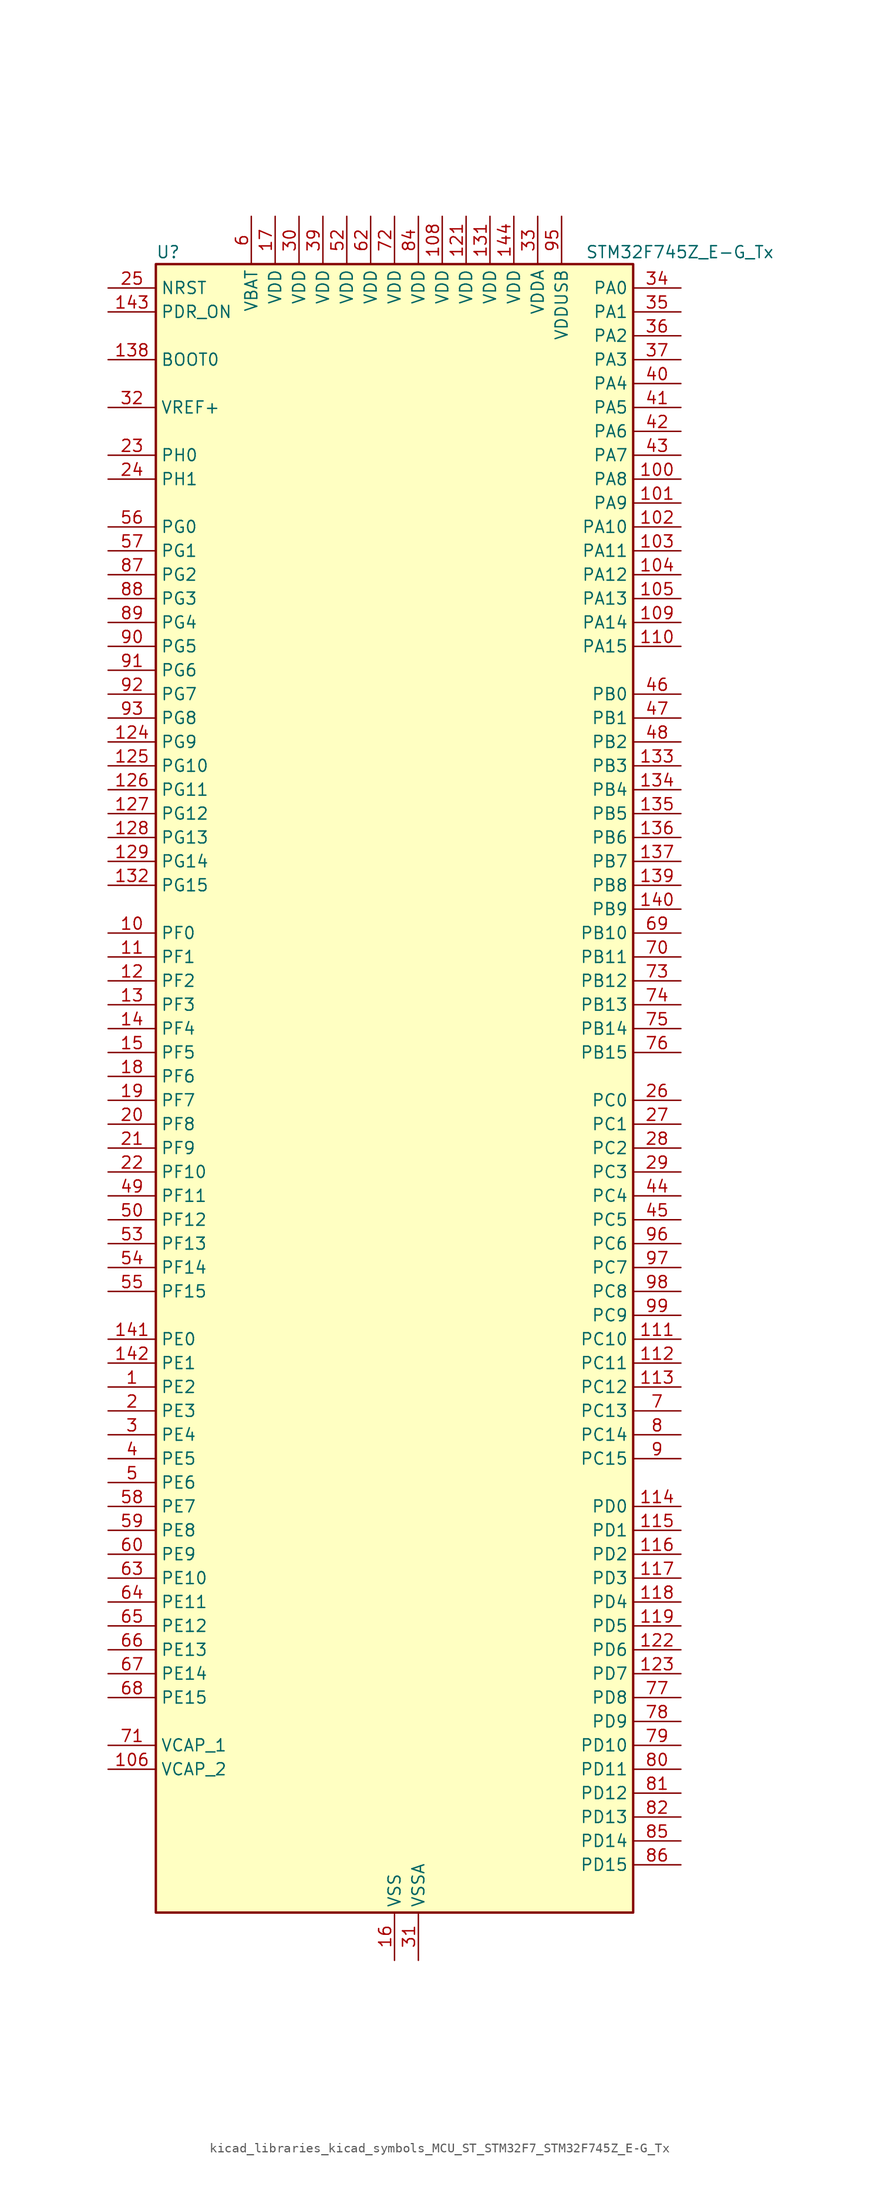
<source format=kicad_sym>
(kicad_symbol_lib
  (version 20220914)
  (generator kicad_symbol_editor)
  (symbol "kicad_libraries_kicad_symbols_MCU_ST_STM32F7_STM32F745Z_E-G_Tx"
    (property "Reference" "U"
      (at -25.4 90.17 0)
      (effects (font (size 1.27 1.27)) (justify left)))
    (property "Value" "STM32F745Z_E-G_Tx"
      (at 20.32 90.17 0)
      (effects (font (size 1.27 1.27)) (justify left)))
    (property "ki_locked" ""
      (at 0 0 0)
      (effects (font (size 1.27 1.27))))
    (symbol "kicad_libraries_kicad_symbols_MCU_ST_STM32F7_STM32F745Z_E-G_Tx_0_1"
      (rectangle (start -25.4 -86.36) (end 25.4 88.9) (stroke (width 0.254) (type default)) (fill (type background))))
    (symbol "kicad_libraries_kicad_symbols_MCU_ST_STM32F7_STM32F745Z_E-G_Tx_1_1"
      (pin bidirectional line (at -30.48 -30.48 0) (length 5.08) (name "PE2" (effects (font (size 1.27 1.27)))) (number "1" (effects (font (size 1.27 1.27)))) (alternate "ETH_TXD3" bidirectional line) (alternate "FMC_A23" bidirectional line) (alternate "QUADSPI_BK1_IO2" bidirectional line) (alternate "SAI1_MCLK_A" bidirectional line) (alternate "SPI4_SCK" bidirectional line) (alternate "SYS_TRACECLK" bidirectional line))
      (pin bidirectional line (at -30.48 17.78 0) (length 5.08) (name "PF0" (effects (font (size 1.27 1.27)))) (number "10" (effects (font (size 1.27 1.27)))) (alternate "FMC_A0" bidirectional line) (alternate "I2C2_SDA" bidirectional line))
      (pin bidirectional line (at 30.48 66.04 180) (length 5.08) (name "PA8" (effects (font (size 1.27 1.27)))) (number "100" (effects (font (size 1.27 1.27)))) (alternate "I2C3_SCL" bidirectional line) (alternate "RCC_MCO_1" bidirectional line) (alternate "TIM1_CH1" bidirectional line) (alternate "TIM8_BKIN2" bidirectional line) (alternate "USART1_CK" bidirectional line) (alternate "USB_OTG_FS_SOF" bidirectional line))
      (pin bidirectional line (at 30.48 63.5 180) (length 5.08) (name "PA9" (effects (font (size 1.27 1.27)))) (number "101" (effects (font (size 1.27 1.27)))) (alternate "DAC_EXTI9" bidirectional line) (alternate "DCMI_D0" bidirectional line) (alternate "I2C3_SMBA" bidirectional line) (alternate "I2S2_CK" bidirectional line) (alternate "SPI2_SCK" bidirectional line) (alternate "TIM1_CH2" bidirectional line) (alternate "USART1_TX" bidirectional line) (alternate "USB_OTG_FS_VBUS" bidirectional line))
      (pin bidirectional line (at 30.48 60.96 180) (length 5.08) (name "PA10" (effects (font (size 1.27 1.27)))) (number "102" (effects (font (size 1.27 1.27)))) (alternate "DCMI_D1" bidirectional line) (alternate "TIM1_CH3" bidirectional line) (alternate "USART1_RX" bidirectional line) (alternate "USB_OTG_FS_ID" bidirectional line))
      (pin bidirectional line (at 30.48 58.42 180) (length 5.08) (name "PA11" (effects (font (size 1.27 1.27)))) (number "103" (effects (font (size 1.27 1.27)))) (alternate "ADC1_EXTI11" bidirectional line) (alternate "ADC2_EXTI11" bidirectional line) (alternate "ADC3_EXTI11" bidirectional line) (alternate "CAN1_RX" bidirectional line) (alternate "TIM1_CH4" bidirectional line) (alternate "USART1_CTS" bidirectional line) (alternate "USB_OTG_FS_DM" bidirectional line))
      (pin bidirectional line (at 30.48 55.88 180) (length 5.08) (name "PA12" (effects (font (size 1.27 1.27)))) (number "104" (effects (font (size 1.27 1.27)))) (alternate "CAN1_TX" bidirectional line) (alternate "SAI2_FS_B" bidirectional line) (alternate "TIM1_ETR" bidirectional line) (alternate "USART1_DE" bidirectional line) (alternate "USART1_RTS" bidirectional line) (alternate "USB_OTG_FS_DP" bidirectional line))
      (pin bidirectional line (at 30.48 53.34 180) (length 5.08) (name "PA13" (effects (font (size 1.27 1.27)))) (number "105" (effects (font (size 1.27 1.27)))) (alternate "SYS_JTMS-SWDIO" bidirectional line))
      (pin power_out line (at -30.48 -71.12 0) (length 5.08) (name "VCAP_2" (effects (font (size 1.27 1.27)))) (number "106" (effects (font (size 1.27 1.27)))))
      (pin passive line (at 0 -91.44 90) (length 5.08) hide (name "VSS" (effects (font (size 1.27 1.27)))) (number "107" (effects (font (size 1.27 1.27)))))
      (pin power_in line (at 5.08 93.98 270) (length 5.08) (name "VDD" (effects (font (size 1.27 1.27)))) (number "108" (effects (font (size 1.27 1.27)))))
      (pin bidirectional line (at 30.48 50.8 180) (length 5.08) (name "PA14" (effects (font (size 1.27 1.27)))) (number "109" (effects (font (size 1.27 1.27)))) (alternate "SYS_JTCK-SWCLK" bidirectional line))
      (pin bidirectional line (at -30.48 15.24 0) (length 5.08) (name "PF1" (effects (font (size 1.27 1.27)))) (number "11" (effects (font (size 1.27 1.27)))) (alternate "FMC_A1" bidirectional line) (alternate "I2C2_SCL" bidirectional line))
      (pin bidirectional line (at 30.48 48.26 180) (length 5.08) (name "PA15" (effects (font (size 1.27 1.27)))) (number "110" (effects (font (size 1.27 1.27)))) (alternate "CEC" bidirectional line) (alternate "I2S1_WS" bidirectional line) (alternate "I2S3_WS" bidirectional line) (alternate "SPI1_NSS" bidirectional line) (alternate "SPI3_NSS" bidirectional line) (alternate "SYS_JTDI" bidirectional line) (alternate "TIM2_CH1" bidirectional line) (alternate "TIM2_ETR" bidirectional line) (alternate "UART4_DE" bidirectional line) (alternate "UART4_RTS" bidirectional line))
      (pin bidirectional line (at 30.48 -25.4 180) (length 5.08) (name "PC10" (effects (font (size 1.27 1.27)))) (number "111" (effects (font (size 1.27 1.27)))) (alternate "DCMI_D8" bidirectional line) (alternate "I2S3_CK" bidirectional line) (alternate "QUADSPI_BK1_IO1" bidirectional line) (alternate "SDMMC1_D2" bidirectional line) (alternate "SPI3_SCK" bidirectional line) (alternate "UART4_TX" bidirectional line) (alternate "USART3_TX" bidirectional line))
      (pin bidirectional line (at 30.48 -27.94 180) (length 5.08) (name "PC11" (effects (font (size 1.27 1.27)))) (number "112" (effects (font (size 1.27 1.27)))) (alternate "ADC1_EXTI11" bidirectional line) (alternate "ADC2_EXTI11" bidirectional line) (alternate "ADC3_EXTI11" bidirectional line) (alternate "DCMI_D4" bidirectional line) (alternate "QUADSPI_BK2_NCS" bidirectional line) (alternate "SDMMC1_D3" bidirectional line) (alternate "SPI3_MISO" bidirectional line) (alternate "UART4_RX" bidirectional line) (alternate "USART3_RX" bidirectional line))
      (pin bidirectional line (at 30.48 -30.48 180) (length 5.08) (name "PC12" (effects (font (size 1.27 1.27)))) (number "113" (effects (font (size 1.27 1.27)))) (alternate "DCMI_D9" bidirectional line) (alternate "I2S3_SD" bidirectional line) (alternate "SDMMC1_CK" bidirectional line) (alternate "SPI3_MOSI" bidirectional line) (alternate "SYS_TRACED3" bidirectional line) (alternate "UART5_TX" bidirectional line) (alternate "USART3_CK" bidirectional line))
      (pin bidirectional line (at 30.48 -43.18 180) (length 5.08) (name "PD0" (effects (font (size 1.27 1.27)))) (number "114" (effects (font (size 1.27 1.27)))) (alternate "CAN1_RX" bidirectional line) (alternate "FMC_D2" bidirectional line) (alternate "FMC_DA2" bidirectional line))
      (pin bidirectional line (at 30.48 -45.72 180) (length 5.08) (name "PD1" (effects (font (size 1.27 1.27)))) (number "115" (effects (font (size 1.27 1.27)))) (alternate "CAN1_TX" bidirectional line) (alternate "FMC_D3" bidirectional line) (alternate "FMC_DA3" bidirectional line))
      (pin bidirectional line (at 30.48 -48.26 180) (length 5.08) (name "PD2" (effects (font (size 1.27 1.27)))) (number "116" (effects (font (size 1.27 1.27)))) (alternate "DCMI_D11" bidirectional line) (alternate "SDMMC1_CMD" bidirectional line) (alternate "SYS_TRACED2" bidirectional line) (alternate "TIM3_ETR" bidirectional line) (alternate "UART5_RX" bidirectional line))
      (pin bidirectional line (at 30.48 -50.8 180) (length 5.08) (name "PD3" (effects (font (size 1.27 1.27)))) (number "117" (effects (font (size 1.27 1.27)))) (alternate "DCMI_D5" bidirectional line) (alternate "FMC_CLK" bidirectional line) (alternate "I2S2_CK" bidirectional line) (alternate "SPI2_SCK" bidirectional line) (alternate "USART2_CTS" bidirectional line))
      (pin bidirectional line (at 30.48 -53.34 180) (length 5.08) (name "PD4" (effects (font (size 1.27 1.27)))) (number "118" (effects (font (size 1.27 1.27)))) (alternate "FMC_NOE" bidirectional line) (alternate "USART2_DE" bidirectional line) (alternate "USART2_RTS" bidirectional line))
      (pin bidirectional line (at 30.48 -55.88 180) (length 5.08) (name "PD5" (effects (font (size 1.27 1.27)))) (number "119" (effects (font (size 1.27 1.27)))) (alternate "FMC_NWE" bidirectional line) (alternate "USART2_TX" bidirectional line))
      (pin bidirectional line (at -30.48 12.7 0) (length 5.08) (name "PF2" (effects (font (size 1.27 1.27)))) (number "12" (effects (font (size 1.27 1.27)))) (alternate "FMC_A2" bidirectional line) (alternate "I2C2_SMBA" bidirectional line))
      (pin passive line (at 0 -91.44 90) (length 5.08) hide (name "VSS" (effects (font (size 1.27 1.27)))) (number "120" (effects (font (size 1.27 1.27)))))
      (pin power_in line (at 7.62 93.98 270) (length 5.08) (name "VDD" (effects (font (size 1.27 1.27)))) (number "121" (effects (font (size 1.27 1.27)))))
      (pin bidirectional line (at 30.48 -58.42 180) (length 5.08) (name "PD6" (effects (font (size 1.27 1.27)))) (number "122" (effects (font (size 1.27 1.27)))) (alternate "DCMI_D10" bidirectional line) (alternate "FMC_NWAIT" bidirectional line) (alternate "I2S3_SD" bidirectional line) (alternate "SAI1_SD_A" bidirectional line) (alternate "SPI3_MOSI" bidirectional line) (alternate "USART2_RX" bidirectional line))
      (pin bidirectional line (at 30.48 -60.96 180) (length 5.08) (name "PD7" (effects (font (size 1.27 1.27)))) (number "123" (effects (font (size 1.27 1.27)))) (alternate "FMC_NE1" bidirectional line) (alternate "SPDIFRX_IN0" bidirectional line) (alternate "USART2_CK" bidirectional line))
      (pin bidirectional line (at -30.48 38.1 0) (length 5.08) (name "PG9" (effects (font (size 1.27 1.27)))) (number "124" (effects (font (size 1.27 1.27)))) (alternate "DAC_EXTI9" bidirectional line) (alternate "DCMI_VSYNC" bidirectional line) (alternate "FMC_NCE" bidirectional line) (alternate "FMC_NE2" bidirectional line) (alternate "QUADSPI_BK2_IO2" bidirectional line) (alternate "SAI2_FS_B" bidirectional line) (alternate "SPDIFRX_IN3" bidirectional line) (alternate "USART6_RX" bidirectional line))
      (pin bidirectional line (at -30.48 35.56 0) (length 5.08) (name "PG10" (effects (font (size 1.27 1.27)))) (number "125" (effects (font (size 1.27 1.27)))) (alternate "DCMI_D2" bidirectional line) (alternate "FMC_NE3" bidirectional line) (alternate "SAI2_SD_B" bidirectional line))
      (pin bidirectional line (at -30.48 33.02 0) (length 5.08) (name "PG11" (effects (font (size 1.27 1.27)))) (number "126" (effects (font (size 1.27 1.27)))) (alternate "ADC1_EXTI11" bidirectional line) (alternate "ADC2_EXTI11" bidirectional line) (alternate "ADC3_EXTI11" bidirectional line) (alternate "DCMI_D3" bidirectional line) (alternate "ETH_TX_EN" bidirectional line) (alternate "SPDIFRX_IN0" bidirectional line))
      (pin bidirectional line (at -30.48 30.48 0) (length 5.08) (name "PG12" (effects (font (size 1.27 1.27)))) (number "127" (effects (font (size 1.27 1.27)))) (alternate "FMC_NE4" bidirectional line) (alternate "LPTIM1_IN1" bidirectional line) (alternate "SPDIFRX_IN1" bidirectional line) (alternate "SPI6_MISO" bidirectional line) (alternate "USART6_DE" bidirectional line) (alternate "USART6_RTS" bidirectional line))
      (pin bidirectional line (at -30.48 27.94 0) (length 5.08) (name "PG13" (effects (font (size 1.27 1.27)))) (number "128" (effects (font (size 1.27 1.27)))) (alternate "ETH_TXD0" bidirectional line) (alternate "FMC_A24" bidirectional line) (alternate "LPTIM1_OUT" bidirectional line) (alternate "SPI6_SCK" bidirectional line) (alternate "SYS_TRACED0" bidirectional line) (alternate "USART6_CTS" bidirectional line))
      (pin bidirectional line (at -30.48 25.4 0) (length 5.08) (name "PG14" (effects (font (size 1.27 1.27)))) (number "129" (effects (font (size 1.27 1.27)))) (alternate "ETH_TXD1" bidirectional line) (alternate "FMC_A25" bidirectional line) (alternate "LPTIM1_ETR" bidirectional line) (alternate "QUADSPI_BK2_IO3" bidirectional line) (alternate "SPI6_MOSI" bidirectional line) (alternate "SYS_TRACED1" bidirectional line) (alternate "USART6_TX" bidirectional line))
      (pin bidirectional line (at -30.48 10.16 0) (length 5.08) (name "PF3" (effects (font (size 1.27 1.27)))) (number "13" (effects (font (size 1.27 1.27)))) (alternate "ADC3_IN9" bidirectional line) (alternate "FMC_A3" bidirectional line))
      (pin passive line (at 0 -91.44 90) (length 5.08) hide (name "VSS" (effects (font (size 1.27 1.27)))) (number "130" (effects (font (size 1.27 1.27)))))
      (pin power_in line (at 10.16 93.98 270) (length 5.08) (name "VDD" (effects (font (size 1.27 1.27)))) (number "131" (effects (font (size 1.27 1.27)))))
      (pin bidirectional line (at -30.48 22.86 0) (length 5.08) (name "PG15" (effects (font (size 1.27 1.27)))) (number "132" (effects (font (size 1.27 1.27)))) (alternate "DCMI_D13" bidirectional line) (alternate "FMC_SDNCAS" bidirectional line) (alternate "USART6_CTS" bidirectional line))
      (pin bidirectional line (at 30.48 35.56 180) (length 5.08) (name "PB3" (effects (font (size 1.27 1.27)))) (number "133" (effects (font (size 1.27 1.27)))) (alternate "I2S1_CK" bidirectional line) (alternate "I2S3_CK" bidirectional line) (alternate "SPI1_SCK" bidirectional line) (alternate "SPI3_SCK" bidirectional line) (alternate "SYS_JTDO-SWO" bidirectional line) (alternate "TIM2_CH2" bidirectional line))
      (pin bidirectional line (at 30.48 33.02 180) (length 5.08) (name "PB4" (effects (font (size 1.27 1.27)))) (number "134" (effects (font (size 1.27 1.27)))) (alternate "I2S2_WS" bidirectional line) (alternate "SPI1_MISO" bidirectional line) (alternate "SPI2_NSS" bidirectional line) (alternate "SPI3_MISO" bidirectional line) (alternate "SYS_JTRST" bidirectional line) (alternate "TIM3_CH1" bidirectional line))
      (pin bidirectional line (at 30.48 30.48 180) (length 5.08) (name "PB5" (effects (font (size 1.27 1.27)))) (number "135" (effects (font (size 1.27 1.27)))) (alternate "CAN2_RX" bidirectional line) (alternate "DCMI_D10" bidirectional line) (alternate "ETH_PPS_OUT" bidirectional line) (alternate "FMC_SDCKE1" bidirectional line) (alternate "I2C1_SMBA" bidirectional line) (alternate "I2S1_SD" bidirectional line) (alternate "I2S3_SD" bidirectional line) (alternate "SPI1_MOSI" bidirectional line) (alternate "SPI3_MOSI" bidirectional line) (alternate "TIM3_CH2" bidirectional line) (alternate "USB_OTG_HS_ULPI_D7" bidirectional line))
      (pin bidirectional line (at 30.48 27.94 180) (length 5.08) (name "PB6" (effects (font (size 1.27 1.27)))) (number "136" (effects (font (size 1.27 1.27)))) (alternate "CAN2_TX" bidirectional line) (alternate "CEC" bidirectional line) (alternate "DCMI_D5" bidirectional line) (alternate "FMC_SDNE1" bidirectional line) (alternate "I2C1_SCL" bidirectional line) (alternate "QUADSPI_BK1_NCS" bidirectional line) (alternate "TIM4_CH1" bidirectional line) (alternate "USART1_TX" bidirectional line))
      (pin bidirectional line (at 30.48 25.4 180) (length 5.08) (name "PB7" (effects (font (size 1.27 1.27)))) (number "137" (effects (font (size 1.27 1.27)))) (alternate "DCMI_VSYNC" bidirectional line) (alternate "FMC_NL" bidirectional line) (alternate "I2C1_SDA" bidirectional line) (alternate "TIM4_CH2" bidirectional line) (alternate "USART1_RX" bidirectional line))
      (pin input line (at -30.48 78.74 0) (length 5.08) (name "BOOT0" (effects (font (size 1.27 1.27)))) (number "138" (effects (font (size 1.27 1.27)))))
      (pin bidirectional line (at 30.48 22.86 180) (length 5.08) (name "PB8" (effects (font (size 1.27 1.27)))) (number "139" (effects (font (size 1.27 1.27)))) (alternate "CAN1_RX" bidirectional line) (alternate "DCMI_D6" bidirectional line) (alternate "ETH_TXD3" bidirectional line) (alternate "I2C1_SCL" bidirectional line) (alternate "SDMMC1_D4" bidirectional line) (alternate "TIM10_CH1" bidirectional line) (alternate "TIM4_CH3" bidirectional line))
      (pin bidirectional line (at -30.48 7.62 0) (length 5.08) (name "PF4" (effects (font (size 1.27 1.27)))) (number "14" (effects (font (size 1.27 1.27)))) (alternate "ADC3_IN14" bidirectional line) (alternate "FMC_A4" bidirectional line))
      (pin bidirectional line (at 30.48 20.32 180) (length 5.08) (name "PB9" (effects (font (size 1.27 1.27)))) (number "140" (effects (font (size 1.27 1.27)))) (alternate "CAN1_TX" bidirectional line) (alternate "DAC_EXTI9" bidirectional line) (alternate "DCMI_D7" bidirectional line) (alternate "I2C1_SDA" bidirectional line) (alternate "I2S2_WS" bidirectional line) (alternate "SDMMC1_D5" bidirectional line) (alternate "SPI2_NSS" bidirectional line) (alternate "TIM11_CH1" bidirectional line) (alternate "TIM4_CH4" bidirectional line))
      (pin bidirectional line (at -30.48 -25.4 0) (length 5.08) (name "PE0" (effects (font (size 1.27 1.27)))) (number "141" (effects (font (size 1.27 1.27)))) (alternate "DCMI_D2" bidirectional line) (alternate "FMC_NBL0" bidirectional line) (alternate "LPTIM1_ETR" bidirectional line) (alternate "SAI2_MCLK_A" bidirectional line) (alternate "TIM4_ETR" bidirectional line) (alternate "UART8_RX" bidirectional line))
      (pin bidirectional line (at -30.48 -27.94 0) (length 5.08) (name "PE1" (effects (font (size 1.27 1.27)))) (number "142" (effects (font (size 1.27 1.27)))) (alternate "DCMI_D3" bidirectional line) (alternate "FMC_NBL1" bidirectional line) (alternate "LPTIM1_IN2" bidirectional line) (alternate "UART8_TX" bidirectional line))
      (pin input line (at -30.48 83.82 0) (length 5.08) (name "PDR_ON" (effects (font (size 1.27 1.27)))) (number "143" (effects (font (size 1.27 1.27)))))
      (pin power_in line (at 12.7 93.98 270) (length 5.08) (name "VDD" (effects (font (size 1.27 1.27)))) (number "144" (effects (font (size 1.27 1.27)))))
      (pin bidirectional line (at -30.48 5.08 0) (length 5.08) (name "PF5" (effects (font (size 1.27 1.27)))) (number "15" (effects (font (size 1.27 1.27)))) (alternate "ADC3_IN15" bidirectional line) (alternate "FMC_A5" bidirectional line))
      (pin power_in line (at 0 -91.44 90) (length 5.08) (name "VSS" (effects (font (size 1.27 1.27)))) (number "16" (effects (font (size 1.27 1.27)))))
      (pin power_in line (at -12.7 93.98 270) (length 5.08) (name "VDD" (effects (font (size 1.27 1.27)))) (number "17" (effects (font (size 1.27 1.27)))))
      (pin bidirectional line (at -30.48 2.54 0) (length 5.08) (name "PF6" (effects (font (size 1.27 1.27)))) (number "18" (effects (font (size 1.27 1.27)))) (alternate "ADC3_IN4" bidirectional line) (alternate "QUADSPI_BK1_IO3" bidirectional line) (alternate "SAI1_SD_B" bidirectional line) (alternate "SPI5_NSS" bidirectional line) (alternate "TIM10_CH1" bidirectional line) (alternate "UART7_RX" bidirectional line))
      (pin bidirectional line (at -30.48 0 0) (length 5.08) (name "PF7" (effects (font (size 1.27 1.27)))) (number "19" (effects (font (size 1.27 1.27)))) (alternate "ADC3_IN5" bidirectional line) (alternate "QUADSPI_BK1_IO2" bidirectional line) (alternate "SAI1_MCLK_B" bidirectional line) (alternate "SPI5_SCK" bidirectional line) (alternate "TIM11_CH1" bidirectional line) (alternate "UART7_TX" bidirectional line))
      (pin bidirectional line (at -30.48 -33.02 0) (length 5.08) (name "PE3" (effects (font (size 1.27 1.27)))) (number "2" (effects (font (size 1.27 1.27)))) (alternate "FMC_A19" bidirectional line) (alternate "SAI1_SD_B" bidirectional line) (alternate "SYS_TRACED0" bidirectional line))
      (pin bidirectional line (at -30.48 -2.54 0) (length 5.08) (name "PF8" (effects (font (size 1.27 1.27)))) (number "20" (effects (font (size 1.27 1.27)))) (alternate "ADC3_IN6" bidirectional line) (alternate "QUADSPI_BK1_IO0" bidirectional line) (alternate "SAI1_SCK_B" bidirectional line) (alternate "SPI5_MISO" bidirectional line) (alternate "TIM13_CH1" bidirectional line) (alternate "UART7_DE" bidirectional line) (alternate "UART7_RTS" bidirectional line))
      (pin bidirectional line (at -30.48 -5.08 0) (length 5.08) (name "PF9" (effects (font (size 1.27 1.27)))) (number "21" (effects (font (size 1.27 1.27)))) (alternate "ADC3_IN7" bidirectional line) (alternate "DAC_EXTI9" bidirectional line) (alternate "QUADSPI_BK1_IO1" bidirectional line) (alternate "SAI1_FS_B" bidirectional line) (alternate "SPI5_MOSI" bidirectional line) (alternate "TIM14_CH1" bidirectional line) (alternate "UART7_CTS" bidirectional line))
      (pin bidirectional line (at -30.48 -7.62 0) (length 5.08) (name "PF10" (effects (font (size 1.27 1.27)))) (number "22" (effects (font (size 1.27 1.27)))) (alternate "ADC3_IN8" bidirectional line) (alternate "DCMI_D11" bidirectional line))
      (pin bidirectional line (at -30.48 68.58 0) (length 5.08) (name "PH0" (effects (font (size 1.27 1.27)))) (number "23" (effects (font (size 1.27 1.27)))) (alternate "RCC_OSC_IN" bidirectional line))
      (pin bidirectional line (at -30.48 66.04 0) (length 5.08) (name "PH1" (effects (font (size 1.27 1.27)))) (number "24" (effects (font (size 1.27 1.27)))) (alternate "RCC_OSC_OUT" bidirectional line))
      (pin input line (at -30.48 86.36 0) (length 5.08) (name "NRST" (effects (font (size 1.27 1.27)))) (number "25" (effects (font (size 1.27 1.27)))))
      (pin bidirectional line (at 30.48 0 180) (length 5.08) (name "PC0" (effects (font (size 1.27 1.27)))) (number "26" (effects (font (size 1.27 1.27)))) (alternate "ADC1_IN10" bidirectional line) (alternate "ADC2_IN10" bidirectional line) (alternate "ADC3_IN10" bidirectional line) (alternate "FMC_SDNWE" bidirectional line) (alternate "SAI2_FS_B" bidirectional line) (alternate "USB_OTG_HS_ULPI_STP" bidirectional line))
      (pin bidirectional line (at 30.48 -2.54 180) (length 5.08) (name "PC1" (effects (font (size 1.27 1.27)))) (number "27" (effects (font (size 1.27 1.27)))) (alternate "ADC1_IN11" bidirectional line) (alternate "ADC2_IN11" bidirectional line) (alternate "ADC3_IN11" bidirectional line) (alternate "ETH_MDC" bidirectional line) (alternate "I2S2_SD" bidirectional line) (alternate "RTC_TAMP3" bidirectional line) (alternate "RTC_TS" bidirectional line) (alternate "SAI1_SD_A" bidirectional line) (alternate "SPI2_MOSI" bidirectional line) (alternate "SYS_TRACED0" bidirectional line) (alternate "SYS_WKUP3" bidirectional line))
      (pin bidirectional line (at 30.48 -5.08 180) (length 5.08) (name "PC2" (effects (font (size 1.27 1.27)))) (number "28" (effects (font (size 1.27 1.27)))) (alternate "ADC1_IN12" bidirectional line) (alternate "ADC2_IN12" bidirectional line) (alternate "ADC3_IN12" bidirectional line) (alternate "ETH_TXD2" bidirectional line) (alternate "FMC_SDNE0" bidirectional line) (alternate "SPI2_MISO" bidirectional line) (alternate "USB_OTG_HS_ULPI_DIR" bidirectional line))
      (pin bidirectional line (at 30.48 -7.62 180) (length 5.08) (name "PC3" (effects (font (size 1.27 1.27)))) (number "29" (effects (font (size 1.27 1.27)))) (alternate "ADC1_IN13" bidirectional line) (alternate "ADC2_IN13" bidirectional line) (alternate "ADC3_IN13" bidirectional line) (alternate "ETH_TX_CLK" bidirectional line) (alternate "FMC_SDCKE0" bidirectional line) (alternate "I2S2_SD" bidirectional line) (alternate "SPI2_MOSI" bidirectional line) (alternate "USB_OTG_HS_ULPI_NXT" bidirectional line))
      (pin bidirectional line (at -30.48 -35.56 0) (length 5.08) (name "PE4" (effects (font (size 1.27 1.27)))) (number "3" (effects (font (size 1.27 1.27)))) (alternate "DCMI_D4" bidirectional line) (alternate "FMC_A20" bidirectional line) (alternate "SAI1_FS_A" bidirectional line) (alternate "SPI4_NSS" bidirectional line) (alternate "SYS_TRACED1" bidirectional line))
      (pin power_in line (at -10.16 93.98 270) (length 5.08) (name "VDD" (effects (font (size 1.27 1.27)))) (number "30" (effects (font (size 1.27 1.27)))))
      (pin power_in line (at 2.54 -91.44 90) (length 5.08) (name "VSSA" (effects (font (size 1.27 1.27)))) (number "31" (effects (font (size 1.27 1.27)))))
      (pin input line (at -30.48 73.66 0) (length 5.08) (name "VREF+" (effects (font (size 1.27 1.27)))) (number "32" (effects (font (size 1.27 1.27)))))
      (pin power_in line (at 15.24 93.98 270) (length 5.08) (name "VDDA" (effects (font (size 1.27 1.27)))) (number "33" (effects (font (size 1.27 1.27)))))
      (pin bidirectional line (at 30.48 86.36 180) (length 5.08) (name "PA0" (effects (font (size 1.27 1.27)))) (number "34" (effects (font (size 1.27 1.27)))) (alternate "ADC1_IN0" bidirectional line) (alternate "ADC2_IN0" bidirectional line) (alternate "ADC3_IN0" bidirectional line) (alternate "ETH_CRS" bidirectional line) (alternate "SAI2_SD_B" bidirectional line) (alternate "SYS_WKUP1" bidirectional line) (alternate "TIM2_CH1" bidirectional line) (alternate "TIM2_ETR" bidirectional line) (alternate "TIM5_CH1" bidirectional line) (alternate "TIM8_ETR" bidirectional line) (alternate "UART4_TX" bidirectional line) (alternate "USART2_CTS" bidirectional line))
      (pin bidirectional line (at 30.48 83.82 180) (length 5.08) (name "PA1" (effects (font (size 1.27 1.27)))) (number "35" (effects (font (size 1.27 1.27)))) (alternate "ADC1_IN1" bidirectional line) (alternate "ADC2_IN1" bidirectional line) (alternate "ADC3_IN1" bidirectional line) (alternate "ETH_REF_CLK" bidirectional line) (alternate "ETH_RX_CLK" bidirectional line) (alternate "QUADSPI_BK1_IO3" bidirectional line) (alternate "SAI2_MCLK_B" bidirectional line) (alternate "TIM2_CH2" bidirectional line) (alternate "TIM5_CH2" bidirectional line) (alternate "UART4_RX" bidirectional line) (alternate "USART2_DE" bidirectional line) (alternate "USART2_RTS" bidirectional line))
      (pin bidirectional line (at 30.48 81.28 180) (length 5.08) (name "PA2" (effects (font (size 1.27 1.27)))) (number "36" (effects (font (size 1.27 1.27)))) (alternate "ADC1_IN2" bidirectional line) (alternate "ADC2_IN2" bidirectional line) (alternate "ADC3_IN2" bidirectional line) (alternate "ETH_MDIO" bidirectional line) (alternate "SAI2_SCK_B" bidirectional line) (alternate "SYS_WKUP2" bidirectional line) (alternate "TIM2_CH3" bidirectional line) (alternate "TIM5_CH3" bidirectional line) (alternate "TIM9_CH1" bidirectional line) (alternate "USART2_TX" bidirectional line))
      (pin bidirectional line (at 30.48 78.74 180) (length 5.08) (name "PA3" (effects (font (size 1.27 1.27)))) (number "37" (effects (font (size 1.27 1.27)))) (alternate "ADC1_IN3" bidirectional line) (alternate "ADC2_IN3" bidirectional line) (alternate "ADC3_IN3" bidirectional line) (alternate "ETH_COL" bidirectional line) (alternate "TIM2_CH4" bidirectional line) (alternate "TIM5_CH4" bidirectional line) (alternate "TIM9_CH2" bidirectional line) (alternate "USART2_RX" bidirectional line) (alternate "USB_OTG_HS_ULPI_D0" bidirectional line))
      (pin passive line (at 0 -91.44 90) (length 5.08) hide (name "VSS" (effects (font (size 1.27 1.27)))) (number "38" (effects (font (size 1.27 1.27)))))
      (pin power_in line (at -7.62 93.98 270) (length 5.08) (name "VDD" (effects (font (size 1.27 1.27)))) (number "39" (effects (font (size 1.27 1.27)))))
      (pin bidirectional line (at -30.48 -38.1 0) (length 5.08) (name "PE5" (effects (font (size 1.27 1.27)))) (number "4" (effects (font (size 1.27 1.27)))) (alternate "DCMI_D6" bidirectional line) (alternate "FMC_A21" bidirectional line) (alternate "SAI1_SCK_A" bidirectional line) (alternate "SPI4_MISO" bidirectional line) (alternate "SYS_TRACED2" bidirectional line) (alternate "TIM9_CH1" bidirectional line))
      (pin bidirectional line (at 30.48 76.2 180) (length 5.08) (name "PA4" (effects (font (size 1.27 1.27)))) (number "40" (effects (font (size 1.27 1.27)))) (alternate "ADC1_IN4" bidirectional line) (alternate "ADC2_IN4" bidirectional line) (alternate "DAC_OUT1" bidirectional line) (alternate "DCMI_HSYNC" bidirectional line) (alternate "I2S1_WS" bidirectional line) (alternate "I2S3_WS" bidirectional line) (alternate "SPI1_NSS" bidirectional line) (alternate "SPI3_NSS" bidirectional line) (alternate "USART2_CK" bidirectional line) (alternate "USB_OTG_HS_SOF" bidirectional line))
      (pin bidirectional line (at 30.48 73.66 180) (length 5.08) (name "PA5" (effects (font (size 1.27 1.27)))) (number "41" (effects (font (size 1.27 1.27)))) (alternate "ADC1_IN5" bidirectional line) (alternate "ADC2_IN5" bidirectional line) (alternate "DAC_OUT2" bidirectional line) (alternate "I2S1_CK" bidirectional line) (alternate "SPI1_SCK" bidirectional line) (alternate "TIM2_CH1" bidirectional line) (alternate "TIM2_ETR" bidirectional line) (alternate "TIM8_CH1N" bidirectional line) (alternate "USB_OTG_HS_ULPI_CK" bidirectional line))
      (pin bidirectional line (at 30.48 71.12 180) (length 5.08) (name "PA6" (effects (font (size 1.27 1.27)))) (number "42" (effects (font (size 1.27 1.27)))) (alternate "ADC1_IN6" bidirectional line) (alternate "ADC2_IN6" bidirectional line) (alternate "DCMI_PIXCLK" bidirectional line) (alternate "SPI1_MISO" bidirectional line) (alternate "TIM13_CH1" bidirectional line) (alternate "TIM1_BKIN" bidirectional line) (alternate "TIM3_CH1" bidirectional line) (alternate "TIM8_BKIN" bidirectional line))
      (pin bidirectional line (at 30.48 68.58 180) (length 5.08) (name "PA7" (effects (font (size 1.27 1.27)))) (number "43" (effects (font (size 1.27 1.27)))) (alternate "ADC1_IN7" bidirectional line) (alternate "ADC2_IN7" bidirectional line) (alternate "ETH_CRS_DV" bidirectional line) (alternate "ETH_RX_DV" bidirectional line) (alternate "FMC_SDNWE" bidirectional line) (alternate "I2S1_SD" bidirectional line) (alternate "SPI1_MOSI" bidirectional line) (alternate "TIM14_CH1" bidirectional line) (alternate "TIM1_CH1N" bidirectional line) (alternate "TIM3_CH2" bidirectional line) (alternate "TIM8_CH1N" bidirectional line))
      (pin bidirectional line (at 30.48 -10.16 180) (length 5.08) (name "PC4" (effects (font (size 1.27 1.27)))) (number "44" (effects (font (size 1.27 1.27)))) (alternate "ADC1_IN14" bidirectional line) (alternate "ADC2_IN14" bidirectional line) (alternate "ETH_RXD0" bidirectional line) (alternate "FMC_SDNE0" bidirectional line) (alternate "I2S1_MCK" bidirectional line) (alternate "SPDIFRX_IN2" bidirectional line))
      (pin bidirectional line (at 30.48 -12.7 180) (length 5.08) (name "PC5" (effects (font (size 1.27 1.27)))) (number "45" (effects (font (size 1.27 1.27)))) (alternate "ADC1_IN15" bidirectional line) (alternate "ADC2_IN15" bidirectional line) (alternate "ETH_RXD1" bidirectional line) (alternate "FMC_SDCKE0" bidirectional line) (alternate "SPDIFRX_IN3" bidirectional line))
      (pin bidirectional line (at 30.48 43.18 180) (length 5.08) (name "PB0" (effects (font (size 1.27 1.27)))) (number "46" (effects (font (size 1.27 1.27)))) (alternate "ADC1_IN8" bidirectional line) (alternate "ADC2_IN8" bidirectional line) (alternate "ETH_RXD2" bidirectional line) (alternate "TIM1_CH2N" bidirectional line) (alternate "TIM3_CH3" bidirectional line) (alternate "TIM8_CH2N" bidirectional line) (alternate "UART4_CTS" bidirectional line) (alternate "USB_OTG_HS_ULPI_D1" bidirectional line))
      (pin bidirectional line (at 30.48 40.64 180) (length 5.08) (name "PB1" (effects (font (size 1.27 1.27)))) (number "47" (effects (font (size 1.27 1.27)))) (alternate "ADC1_IN9" bidirectional line) (alternate "ADC2_IN9" bidirectional line) (alternate "ETH_RXD3" bidirectional line) (alternate "TIM1_CH3N" bidirectional line) (alternate "TIM3_CH4" bidirectional line) (alternate "TIM8_CH3N" bidirectional line) (alternate "USB_OTG_HS_ULPI_D2" bidirectional line))
      (pin bidirectional line (at 30.48 38.1 180) (length 5.08) (name "PB2" (effects (font (size 1.27 1.27)))) (number "48" (effects (font (size 1.27 1.27)))) (alternate "I2S3_SD" bidirectional line) (alternate "QUADSPI_CLK" bidirectional line) (alternate "SAI1_SD_A" bidirectional line) (alternate "SPI3_MOSI" bidirectional line))
      (pin bidirectional line (at -30.48 -10.16 0) (length 5.08) (name "PF11" (effects (font (size 1.27 1.27)))) (number "49" (effects (font (size 1.27 1.27)))) (alternate "ADC1_EXTI11" bidirectional line) (alternate "ADC2_EXTI11" bidirectional line) (alternate "ADC3_EXTI11" bidirectional line) (alternate "DCMI_D12" bidirectional line) (alternate "FMC_SDNRAS" bidirectional line) (alternate "SAI2_SD_B" bidirectional line) (alternate "SPI5_MOSI" bidirectional line))
      (pin bidirectional line (at -30.48 -40.64 0) (length 5.08) (name "PE6" (effects (font (size 1.27 1.27)))) (number "5" (effects (font (size 1.27 1.27)))) (alternate "DCMI_D7" bidirectional line) (alternate "FMC_A22" bidirectional line) (alternate "SAI1_SD_A" bidirectional line) (alternate "SAI2_MCLK_B" bidirectional line) (alternate "SPI4_MOSI" bidirectional line) (alternate "SYS_TRACED3" bidirectional line) (alternate "TIM1_BKIN2" bidirectional line) (alternate "TIM9_CH2" bidirectional line))
      (pin bidirectional line (at -30.48 -12.7 0) (length 5.08) (name "PF12" (effects (font (size 1.27 1.27)))) (number "50" (effects (font (size 1.27 1.27)))) (alternate "FMC_A6" bidirectional line))
      (pin passive line (at 0 -91.44 90) (length 5.08) hide (name "VSS" (effects (font (size 1.27 1.27)))) (number "51" (effects (font (size 1.27 1.27)))))
      (pin power_in line (at -5.08 93.98 270) (length 5.08) (name "VDD" (effects (font (size 1.27 1.27)))) (number "52" (effects (font (size 1.27 1.27)))))
      (pin bidirectional line (at -30.48 -15.24 0) (length 5.08) (name "PF13" (effects (font (size 1.27 1.27)))) (number "53" (effects (font (size 1.27 1.27)))) (alternate "FMC_A7" bidirectional line) (alternate "I2C4_SMBA" bidirectional line))
      (pin bidirectional line (at -30.48 -17.78 0) (length 5.08) (name "PF14" (effects (font (size 1.27 1.27)))) (number "54" (effects (font (size 1.27 1.27)))) (alternate "FMC_A8" bidirectional line) (alternate "I2C4_SCL" bidirectional line))
      (pin bidirectional line (at -30.48 -20.32 0) (length 5.08) (name "PF15" (effects (font (size 1.27 1.27)))) (number "55" (effects (font (size 1.27 1.27)))) (alternate "FMC_A9" bidirectional line) (alternate "I2C4_SDA" bidirectional line))
      (pin bidirectional line (at -30.48 60.96 0) (length 5.08) (name "PG0" (effects (font (size 1.27 1.27)))) (number "56" (effects (font (size 1.27 1.27)))) (alternate "FMC_A10" bidirectional line))
      (pin bidirectional line (at -30.48 58.42 0) (length 5.08) (name "PG1" (effects (font (size 1.27 1.27)))) (number "57" (effects (font (size 1.27 1.27)))) (alternate "FMC_A11" bidirectional line))
      (pin bidirectional line (at -30.48 -43.18 0) (length 5.08) (name "PE7" (effects (font (size 1.27 1.27)))) (number "58" (effects (font (size 1.27 1.27)))) (alternate "FMC_D4" bidirectional line) (alternate "FMC_DA4" bidirectional line) (alternate "QUADSPI_BK2_IO0" bidirectional line) (alternate "TIM1_ETR" bidirectional line) (alternate "UART7_RX" bidirectional line))
      (pin bidirectional line (at -30.48 -45.72 0) (length 5.08) (name "PE8" (effects (font (size 1.27 1.27)))) (number "59" (effects (font (size 1.27 1.27)))) (alternate "FMC_D5" bidirectional line) (alternate "FMC_DA5" bidirectional line) (alternate "QUADSPI_BK2_IO1" bidirectional line) (alternate "TIM1_CH1N" bidirectional line) (alternate "UART7_TX" bidirectional line))
      (pin power_in line (at -15.24 93.98 270) (length 5.08) (name "VBAT" (effects (font (size 1.27 1.27)))) (number "6" (effects (font (size 1.27 1.27)))))
      (pin bidirectional line (at -30.48 -48.26 0) (length 5.08) (name "PE9" (effects (font (size 1.27 1.27)))) (number "60" (effects (font (size 1.27 1.27)))) (alternate "DAC_EXTI9" bidirectional line) (alternate "FMC_D6" bidirectional line) (alternate "FMC_DA6" bidirectional line) (alternate "QUADSPI_BK2_IO2" bidirectional line) (alternate "TIM1_CH1" bidirectional line) (alternate "UART7_DE" bidirectional line) (alternate "UART7_RTS" bidirectional line))
      (pin passive line (at 0 -91.44 90) (length 5.08) hide (name "VSS" (effects (font (size 1.27 1.27)))) (number "61" (effects (font (size 1.27 1.27)))))
      (pin power_in line (at -2.54 93.98 270) (length 5.08) (name "VDD" (effects (font (size 1.27 1.27)))) (number "62" (effects (font (size 1.27 1.27)))))
      (pin bidirectional line (at -30.48 -50.8 0) (length 5.08) (name "PE10" (effects (font (size 1.27 1.27)))) (number "63" (effects (font (size 1.27 1.27)))) (alternate "FMC_D7" bidirectional line) (alternate "FMC_DA7" bidirectional line) (alternate "QUADSPI_BK2_IO3" bidirectional line) (alternate "TIM1_CH2N" bidirectional line) (alternate "UART7_CTS" bidirectional line))
      (pin bidirectional line (at -30.48 -53.34 0) (length 5.08) (name "PE11" (effects (font (size 1.27 1.27)))) (number "64" (effects (font (size 1.27 1.27)))) (alternate "ADC1_EXTI11" bidirectional line) (alternate "ADC2_EXTI11" bidirectional line) (alternate "ADC3_EXTI11" bidirectional line) (alternate "FMC_D8" bidirectional line) (alternate "FMC_DA8" bidirectional line) (alternate "SAI2_SD_B" bidirectional line) (alternate "SPI4_NSS" bidirectional line) (alternate "TIM1_CH2" bidirectional line))
      (pin bidirectional line (at -30.48 -55.88 0) (length 5.08) (name "PE12" (effects (font (size 1.27 1.27)))) (number "65" (effects (font (size 1.27 1.27)))) (alternate "FMC_D9" bidirectional line) (alternate "FMC_DA9" bidirectional line) (alternate "SAI2_SCK_B" bidirectional line) (alternate "SPI4_SCK" bidirectional line) (alternate "TIM1_CH3N" bidirectional line))
      (pin bidirectional line (at -30.48 -58.42 0) (length 5.08) (name "PE13" (effects (font (size 1.27 1.27)))) (number "66" (effects (font (size 1.27 1.27)))) (alternate "FMC_D10" bidirectional line) (alternate "FMC_DA10" bidirectional line) (alternate "SAI2_FS_B" bidirectional line) (alternate "SPI4_MISO" bidirectional line) (alternate "TIM1_CH3" bidirectional line))
      (pin bidirectional line (at -30.48 -60.96 0) (length 5.08) (name "PE14" (effects (font (size 1.27 1.27)))) (number "67" (effects (font (size 1.27 1.27)))) (alternate "FMC_D11" bidirectional line) (alternate "FMC_DA11" bidirectional line) (alternate "SAI2_MCLK_B" bidirectional line) (alternate "SPI4_MOSI" bidirectional line) (alternate "TIM1_CH4" bidirectional line))
      (pin bidirectional line (at -30.48 -63.5 0) (length 5.08) (name "PE15" (effects (font (size 1.27 1.27)))) (number "68" (effects (font (size 1.27 1.27)))) (alternate "FMC_D12" bidirectional line) (alternate "FMC_DA12" bidirectional line) (alternate "TIM1_BKIN" bidirectional line))
      (pin bidirectional line (at 30.48 17.78 180) (length 5.08) (name "PB10" (effects (font (size 1.27 1.27)))) (number "69" (effects (font (size 1.27 1.27)))) (alternate "ETH_RX_ER" bidirectional line) (alternate "I2C2_SCL" bidirectional line) (alternate "I2S2_CK" bidirectional line) (alternate "SPI2_SCK" bidirectional line) (alternate "TIM2_CH3" bidirectional line) (alternate "USART3_TX" bidirectional line) (alternate "USB_OTG_HS_ULPI_D3" bidirectional line))
      (pin bidirectional line (at 30.48 -33.02 180) (length 5.08) (name "PC13" (effects (font (size 1.27 1.27)))) (number "7" (effects (font (size 1.27 1.27)))) (alternate "RTC_OUT" bidirectional line) (alternate "RTC_TAMP1" bidirectional line) (alternate "RTC_TS" bidirectional line) (alternate "SYS_WKUP4" bidirectional line))
      (pin bidirectional line (at 30.48 15.24 180) (length 5.08) (name "PB11" (effects (font (size 1.27 1.27)))) (number "70" (effects (font (size 1.27 1.27)))) (alternate "ADC1_EXTI11" bidirectional line) (alternate "ADC2_EXTI11" bidirectional line) (alternate "ADC3_EXTI11" bidirectional line) (alternate "ETH_TX_EN" bidirectional line) (alternate "I2C2_SDA" bidirectional line) (alternate "TIM2_CH4" bidirectional line) (alternate "USART3_RX" bidirectional line) (alternate "USB_OTG_HS_ULPI_D4" bidirectional line))
      (pin power_out line (at -30.48 -68.58 0) (length 5.08) (name "VCAP_1" (effects (font (size 1.27 1.27)))) (number "71" (effects (font (size 1.27 1.27)))))
      (pin power_in line (at 0 93.98 270) (length 5.08) (name "VDD" (effects (font (size 1.27 1.27)))) (number "72" (effects (font (size 1.27 1.27)))))
      (pin bidirectional line (at 30.48 12.7 180) (length 5.08) (name "PB12" (effects (font (size 1.27 1.27)))) (number "73" (effects (font (size 1.27 1.27)))) (alternate "CAN2_RX" bidirectional line) (alternate "ETH_TXD0" bidirectional line) (alternate "I2C2_SMBA" bidirectional line) (alternate "I2S2_WS" bidirectional line) (alternate "SPI2_NSS" bidirectional line) (alternate "TIM1_BKIN" bidirectional line) (alternate "USART3_CK" bidirectional line) (alternate "USB_OTG_HS_ID" bidirectional line) (alternate "USB_OTG_HS_ULPI_D5" bidirectional line))
      (pin bidirectional line (at 30.48 10.16 180) (length 5.08) (name "PB13" (effects (font (size 1.27 1.27)))) (number "74" (effects (font (size 1.27 1.27)))) (alternate "CAN2_TX" bidirectional line) (alternate "ETH_TXD1" bidirectional line) (alternate "I2S2_CK" bidirectional line) (alternate "SPI2_SCK" bidirectional line) (alternate "TIM1_CH1N" bidirectional line) (alternate "USART3_CTS" bidirectional line) (alternate "USB_OTG_HS_ULPI_D6" bidirectional line) (alternate "USB_OTG_HS_VBUS" bidirectional line))
      (pin bidirectional line (at 30.48 7.62 180) (length 5.08) (name "PB14" (effects (font (size 1.27 1.27)))) (number "75" (effects (font (size 1.27 1.27)))) (alternate "SPI2_MISO" bidirectional line) (alternate "TIM12_CH1" bidirectional line) (alternate "TIM1_CH2N" bidirectional line) (alternate "TIM8_CH2N" bidirectional line) (alternate "USART3_DE" bidirectional line) (alternate "USART3_RTS" bidirectional line) (alternate "USB_OTG_HS_DM" bidirectional line))
      (pin bidirectional line (at 30.48 5.08 180) (length 5.08) (name "PB15" (effects (font (size 1.27 1.27)))) (number "76" (effects (font (size 1.27 1.27)))) (alternate "I2S2_SD" bidirectional line) (alternate "RTC_REFIN" bidirectional line) (alternate "SPI2_MOSI" bidirectional line) (alternate "TIM12_CH2" bidirectional line) (alternate "TIM1_CH3N" bidirectional line) (alternate "TIM8_CH3N" bidirectional line) (alternate "USB_OTG_HS_DP" bidirectional line))
      (pin bidirectional line (at 30.48 -63.5 180) (length 5.08) (name "PD8" (effects (font (size 1.27 1.27)))) (number "77" (effects (font (size 1.27 1.27)))) (alternate "FMC_D13" bidirectional line) (alternate "FMC_DA13" bidirectional line) (alternate "SPDIFRX_IN1" bidirectional line) (alternate "USART3_TX" bidirectional line))
      (pin bidirectional line (at 30.48 -66.04 180) (length 5.08) (name "PD9" (effects (font (size 1.27 1.27)))) (number "78" (effects (font (size 1.27 1.27)))) (alternate "DAC_EXTI9" bidirectional line) (alternate "FMC_D14" bidirectional line) (alternate "FMC_DA14" bidirectional line) (alternate "USART3_RX" bidirectional line))
      (pin bidirectional line (at 30.48 -68.58 180) (length 5.08) (name "PD10" (effects (font (size 1.27 1.27)))) (number "79" (effects (font (size 1.27 1.27)))) (alternate "FMC_D15" bidirectional line) (alternate "FMC_DA15" bidirectional line) (alternate "USART3_CK" bidirectional line))
      (pin bidirectional line (at 30.48 -35.56 180) (length 5.08) (name "PC14" (effects (font (size 1.27 1.27)))) (number "8" (effects (font (size 1.27 1.27)))) (alternate "RCC_OSC32_IN" bidirectional line))
      (pin bidirectional line (at 30.48 -71.12 180) (length 5.08) (name "PD11" (effects (font (size 1.27 1.27)))) (number "80" (effects (font (size 1.27 1.27)))) (alternate "ADC1_EXTI11" bidirectional line) (alternate "ADC2_EXTI11" bidirectional line) (alternate "ADC3_EXTI11" bidirectional line) (alternate "FMC_A16" bidirectional line) (alternate "FMC_CLE" bidirectional line) (alternate "I2C4_SMBA" bidirectional line) (alternate "QUADSPI_BK1_IO0" bidirectional line) (alternate "SAI2_SD_A" bidirectional line) (alternate "USART3_CTS" bidirectional line))
      (pin bidirectional line (at 30.48 -73.66 180) (length 5.08) (name "PD12" (effects (font (size 1.27 1.27)))) (number "81" (effects (font (size 1.27 1.27)))) (alternate "FMC_A17" bidirectional line) (alternate "FMC_ALE" bidirectional line) (alternate "I2C4_SCL" bidirectional line) (alternate "LPTIM1_IN1" bidirectional line) (alternate "QUADSPI_BK1_IO1" bidirectional line) (alternate "SAI2_FS_A" bidirectional line) (alternate "TIM4_CH1" bidirectional line) (alternate "USART3_DE" bidirectional line) (alternate "USART3_RTS" bidirectional line))
      (pin bidirectional line (at 30.48 -76.2 180) (length 5.08) (name "PD13" (effects (font (size 1.27 1.27)))) (number "82" (effects (font (size 1.27 1.27)))) (alternate "FMC_A18" bidirectional line) (alternate "I2C4_SDA" bidirectional line) (alternate "LPTIM1_OUT" bidirectional line) (alternate "QUADSPI_BK1_IO3" bidirectional line) (alternate "SAI2_SCK_A" bidirectional line) (alternate "TIM4_CH2" bidirectional line))
      (pin passive line (at 0 -91.44 90) (length 5.08) hide (name "VSS" (effects (font (size 1.27 1.27)))) (number "83" (effects (font (size 1.27 1.27)))))
      (pin power_in line (at 2.54 93.98 270) (length 5.08) (name "VDD" (effects (font (size 1.27 1.27)))) (number "84" (effects (font (size 1.27 1.27)))))
      (pin bidirectional line (at 30.48 -78.74 180) (length 5.08) (name "PD14" (effects (font (size 1.27 1.27)))) (number "85" (effects (font (size 1.27 1.27)))) (alternate "FMC_D0" bidirectional line) (alternate "FMC_DA0" bidirectional line) (alternate "TIM4_CH3" bidirectional line) (alternate "UART8_CTS" bidirectional line))
      (pin bidirectional line (at 30.48 -81.28 180) (length 5.08) (name "PD15" (effects (font (size 1.27 1.27)))) (number "86" (effects (font (size 1.27 1.27)))) (alternate "FMC_D1" bidirectional line) (alternate "FMC_DA1" bidirectional line) (alternate "TIM4_CH4" bidirectional line) (alternate "UART8_DE" bidirectional line) (alternate "UART8_RTS" bidirectional line))
      (pin bidirectional line (at -30.48 55.88 0) (length 5.08) (name "PG2" (effects (font (size 1.27 1.27)))) (number "87" (effects (font (size 1.27 1.27)))) (alternate "FMC_A12" bidirectional line))
      (pin bidirectional line (at -30.48 53.34 0) (length 5.08) (name "PG3" (effects (font (size 1.27 1.27)))) (number "88" (effects (font (size 1.27 1.27)))) (alternate "FMC_A13" bidirectional line))
      (pin bidirectional line (at -30.48 50.8 0) (length 5.08) (name "PG4" (effects (font (size 1.27 1.27)))) (number "89" (effects (font (size 1.27 1.27)))) (alternate "FMC_A14" bidirectional line) (alternate "FMC_BA0" bidirectional line))
      (pin bidirectional line (at 30.48 -38.1 180) (length 5.08) (name "PC15" (effects (font (size 1.27 1.27)))) (number "9" (effects (font (size 1.27 1.27)))) (alternate "RCC_OSC32_OUT" bidirectional line))
      (pin bidirectional line (at -30.48 48.26 0) (length 5.08) (name "PG5" (effects (font (size 1.27 1.27)))) (number "90" (effects (font (size 1.27 1.27)))) (alternate "FMC_A15" bidirectional line) (alternate "FMC_BA1" bidirectional line))
      (pin bidirectional line (at -30.48 45.72 0) (length 5.08) (name "PG6" (effects (font (size 1.27 1.27)))) (number "91" (effects (font (size 1.27 1.27)))) (alternate "DCMI_D12" bidirectional line))
      (pin bidirectional line (at -30.48 43.18 0) (length 5.08) (name "PG7" (effects (font (size 1.27 1.27)))) (number "92" (effects (font (size 1.27 1.27)))) (alternate "DCMI_D13" bidirectional line) (alternate "FMC_INT" bidirectional line) (alternate "USART6_CK" bidirectional line))
      (pin bidirectional line (at -30.48 40.64 0) (length 5.08) (name "PG8" (effects (font (size 1.27 1.27)))) (number "93" (effects (font (size 1.27 1.27)))) (alternate "ETH_PPS_OUT" bidirectional line) (alternate "FMC_SDCLK" bidirectional line) (alternate "SPDIFRX_IN2" bidirectional line) (alternate "SPI6_NSS" bidirectional line) (alternate "USART6_DE" bidirectional line) (alternate "USART6_RTS" bidirectional line))
      (pin passive line (at 0 -91.44 90) (length 5.08) hide (name "VSS" (effects (font (size 1.27 1.27)))) (number "94" (effects (font (size 1.27 1.27)))))
      (pin power_in line (at 17.78 93.98 270) (length 5.08) (name "VDDUSB" (effects (font (size 1.27 1.27)))) (number "95" (effects (font (size 1.27 1.27)))))
      (pin bidirectional line (at 30.48 -15.24 180) (length 5.08) (name "PC6" (effects (font (size 1.27 1.27)))) (number "96" (effects (font (size 1.27 1.27)))) (alternate "DCMI_D0" bidirectional line) (alternate "I2S2_MCK" bidirectional line) (alternate "SDMMC1_D6" bidirectional line) (alternate "TIM3_CH1" bidirectional line) (alternate "TIM8_CH1" bidirectional line) (alternate "USART6_TX" bidirectional line))
      (pin bidirectional line (at 30.48 -17.78 180) (length 5.08) (name "PC7" (effects (font (size 1.27 1.27)))) (number "97" (effects (font (size 1.27 1.27)))) (alternate "DCMI_D1" bidirectional line) (alternate "I2S3_MCK" bidirectional line) (alternate "SDMMC1_D7" bidirectional line) (alternate "TIM3_CH2" bidirectional line) (alternate "TIM8_CH2" bidirectional line) (alternate "USART6_RX" bidirectional line))
      (pin bidirectional line (at 30.48 -20.32 180) (length 5.08) (name "PC8" (effects (font (size 1.27 1.27)))) (number "98" (effects (font (size 1.27 1.27)))) (alternate "DCMI_D2" bidirectional line) (alternate "SDMMC1_D0" bidirectional line) (alternate "SYS_TRACED1" bidirectional line) (alternate "TIM3_CH3" bidirectional line) (alternate "TIM8_CH3" bidirectional line) (alternate "UART5_DE" bidirectional line) (alternate "UART5_RTS" bidirectional line) (alternate "USART6_CK" bidirectional line))
      (pin bidirectional line (at 30.48 -22.86 180) (length 5.08) (name "PC9" (effects (font (size 1.27 1.27)))) (number "99" (effects (font (size 1.27 1.27)))) (alternate "DAC_EXTI9" bidirectional line) (alternate "DCMI_D3" bidirectional line) (alternate "I2C3_SDA" bidirectional line) (alternate "I2S_CKIN" bidirectional line) (alternate "QUADSPI_BK1_IO0" bidirectional line) (alternate "RCC_MCO_2" bidirectional line) (alternate "SDMMC1_D1" bidirectional line) (alternate "TIM3_CH4" bidirectional line) (alternate "TIM8_CH4" bidirectional line) (alternate "UART5_CTS" bidirectional line)))))
</source>
